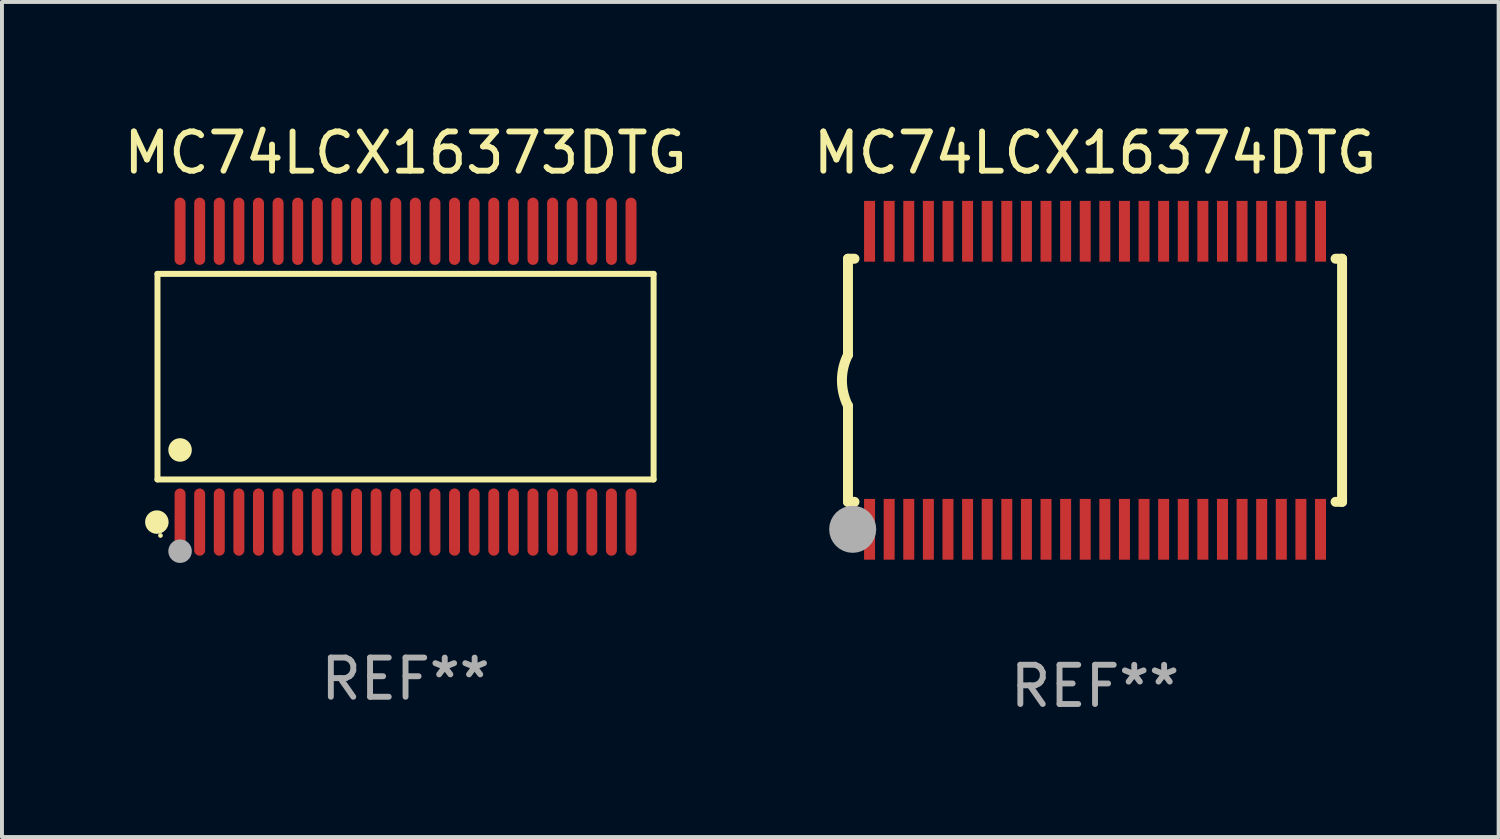
<source format=kicad_pcb>
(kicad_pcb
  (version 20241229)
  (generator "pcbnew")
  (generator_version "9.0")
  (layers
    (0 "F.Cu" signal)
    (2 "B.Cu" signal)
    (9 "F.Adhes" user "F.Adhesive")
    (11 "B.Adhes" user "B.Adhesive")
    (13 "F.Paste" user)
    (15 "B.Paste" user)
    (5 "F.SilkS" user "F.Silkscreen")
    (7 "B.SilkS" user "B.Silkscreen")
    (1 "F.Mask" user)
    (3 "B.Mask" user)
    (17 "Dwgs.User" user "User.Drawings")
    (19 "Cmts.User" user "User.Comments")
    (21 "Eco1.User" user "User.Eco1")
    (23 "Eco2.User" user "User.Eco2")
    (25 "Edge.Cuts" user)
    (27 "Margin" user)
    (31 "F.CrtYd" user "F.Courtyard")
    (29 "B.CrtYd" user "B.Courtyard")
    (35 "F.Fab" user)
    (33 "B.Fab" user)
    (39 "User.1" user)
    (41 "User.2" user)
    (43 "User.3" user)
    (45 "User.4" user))
  (footprint "MC74LCX16373DTG"
    (layer "F.Cu")
    (at 7.292 6.556)
    (property "Reference" "MC74LCX16373DTG" (at 0 -5.708 0) (layer "F.SilkS") (effects (font (size 1 1) (thickness 0.15))))
    (attr through_hole)
    (fp_line (start -6.326 -2.622) (end 6.326 -2.622) (stroke (width 0.152) (type solid)) (layer "F.SilkS"))
    (fp_line (start -6.326 2.621) (end -6.326 -2.622) (stroke (width 0.152) (type solid)) (layer "F.SilkS"))
    (fp_line (start 6.326 -2.622) (end 6.326 2.621) (stroke (width 0.152) (type solid)) (layer "F.SilkS"))
    (fp_line (start 6.326 2.621) (end -6.326 2.621) (stroke (width 0.152) (type solid)) (layer "F.SilkS"))
    (fp_circle (center -6.342 3.708) (end -6.192 3.708) (stroke (width 0.3) (type solid)) (fill no) (layer "F.SilkS"))
    (fp_circle (center -6.25 4.05) (end -6.22 4.05) (stroke (width 0.06) (type solid)) (fill no) (layer "F.SilkS"))
    (fp_circle (center -5.75 1.869) (end -5.6 1.869) (stroke (width 0.3) (type solid)) (fill no) (layer "F.SilkS"))
    (fp_circle (center -5.75 4.45) (end -5.6 4.45) (stroke (width 0.3) (type solid)) (fill no) (layer "F.Fab"))
    (fp_text user "REF**" (at 0 7.708 0) (layer "F.Fab") (effects (font (size 1 1) (thickness 0.15))))
    (pad "1" smd oval (at -5.75 3.708) (size 0.28 1.715) (layers "F.Cu" "F.Mask" "F.Paste"))
    (pad "2" smd oval (at -5.25 3.708) (size 0.28 1.715) (layers "F.Cu" "F.Mask" "F.Paste"))
    (pad "3" smd oval (at -4.75 3.708) (size 0.28 1.715) (layers "F.Cu" "F.Mask" "F.Paste"))
    (pad "4" smd oval (at -4.25 3.708) (size 0.28 1.715) (layers "F.Cu" "F.Mask" "F.Paste"))
    (pad "5" smd oval (at -3.75 3.708) (size 0.28 1.715) (layers "F.Cu" "F.Mask" "F.Paste"))
    (pad "6" smd oval (at -3.25 3.708) (size 0.28 1.715) (layers "F.Cu" "F.Mask" "F.Paste"))
    (pad "7" smd oval (at -2.75 3.708) (size 0.28 1.715) (layers "F.Cu" "F.Mask" "F.Paste"))
    (pad "8" smd oval (at -2.25 3.708) (size 0.28 1.715) (layers "F.Cu" "F.Mask" "F.Paste"))
    (pad "9" smd oval (at -1.75 3.708) (size 0.28 1.715) (layers "F.Cu" "F.Mask" "F.Paste"))
    (pad "10" smd oval (at -1.25 3.708) (size 0.28 1.715) (layers "F.Cu" "F.Mask" "F.Paste"))
    (pad "11" smd oval (at -0.75 3.708) (size 0.28 1.715) (layers "F.Cu" "F.Mask" "F.Paste"))
    (pad "12" smd oval (at -0.25 3.708) (size 0.28 1.715) (layers "F.Cu" "F.Mask" "F.Paste"))
    (pad "13" smd oval (at 0.25 3.708) (size 0.28 1.715) (layers "F.Cu" "F.Mask" "F.Paste"))
    (pad "14" smd oval (at 0.75 3.708) (size 0.28 1.715) (layers "F.Cu" "F.Mask" "F.Paste"))
    (pad "15" smd oval (at 1.25 3.708) (size 0.28 1.715) (layers "F.Cu" "F.Mask" "F.Paste"))
    (pad "16" smd oval (at 1.75 3.708) (size 0.28 1.715) (layers "F.Cu" "F.Mask" "F.Paste"))
    (pad "17" smd oval (at 2.25 3.708) (size 0.28 1.715) (layers "F.Cu" "F.Mask" "F.Paste"))
    (pad "18" smd oval (at 2.75 3.708) (size 0.28 1.715) (layers "F.Cu" "F.Mask" "F.Paste"))
    (pad "19" smd oval (at 3.25 3.708) (size 0.28 1.715) (layers "F.Cu" "F.Mask" "F.Paste"))
    (pad "20" smd oval (at 3.75 3.708) (size 0.28 1.715) (layers "F.Cu" "F.Mask" "F.Paste"))
    (pad "21" smd oval (at 4.25 3.708) (size 0.28 1.715) (layers "F.Cu" "F.Mask" "F.Paste"))
    (pad "22" smd oval (at 4.75 3.708) (size 0.28 1.715) (layers "F.Cu" "F.Mask" "F.Paste"))
    (pad "23" smd oval (at 5.25 3.708) (size 0.28 1.715) (layers "F.Cu" "F.Mask" "F.Paste"))
    (pad "24" smd oval (at 5.75 3.708) (size 0.28 1.715) (layers "F.Cu" "F.Mask" "F.Paste"))
    (pad "25" smd oval (at 5.75 -3.708) (size 0.28 1.715) (layers "F.Cu" "F.Mask" "F.Paste"))
    (pad "26" smd oval (at 5.25 -3.708) (size 0.28 1.715) (layers "F.Cu" "F.Mask" "F.Paste"))
    (pad "27" smd oval (at 4.75 -3.708) (size 0.28 1.715) (layers "F.Cu" "F.Mask" "F.Paste"))
    (pad "28" smd oval (at 4.25 -3.708) (size 0.28 1.715) (layers "F.Cu" "F.Mask" "F.Paste"))
    (pad "29" smd oval (at 3.75 -3.708) (size 0.28 1.715) (layers "F.Cu" "F.Mask" "F.Paste"))
    (pad "30" smd oval (at 3.25 -3.708) (size 0.28 1.715) (layers "F.Cu" "F.Mask" "F.Paste"))
    (pad "31" smd oval (at 2.75 -3.708) (size 0.28 1.715) (layers "F.Cu" "F.Mask" "F.Paste"))
    (pad "32" smd oval (at 2.25 -3.708) (size 0.28 1.715) (layers "F.Cu" "F.Mask" "F.Paste"))
    (pad "33" smd oval (at 1.75 -3.708) (size 0.28 1.715) (layers "F.Cu" "F.Mask" "F.Paste"))
    (pad "34" smd oval (at 1.25 -3.708) (size 0.28 1.715) (layers "F.Cu" "F.Mask" "F.Paste"))
    (pad "35" smd oval (at 0.75 -3.708) (size 0.28 1.715) (layers "F.Cu" "F.Mask" "F.Paste"))
    (pad "36" smd oval (at 0.25 -3.708) (size 0.28 1.715) (layers "F.Cu" "F.Mask" "F.Paste"))
    (pad "37" smd oval (at -0.25 -3.708) (size 0.28 1.715) (layers "F.Cu" "F.Mask" "F.Paste"))
    (pad "38" smd oval (at -0.75 -3.708) (size 0.28 1.715) (layers "F.Cu" "F.Mask" "F.Paste"))
    (pad "39" smd oval (at -1.25 -3.708) (size 0.28 1.715) (layers "F.Cu" "F.Mask" "F.Paste"))
    (pad "40" smd oval (at -1.75 -3.708) (size 0.28 1.715) (layers "F.Cu" "F.Mask" "F.Paste"))
    (pad "41" smd oval (at -2.25 -3.708) (size 0.28 1.715) (layers "F.Cu" "F.Mask" "F.Paste"))
    (pad "42" smd oval (at -2.75 -3.708) (size 0.28 1.715) (layers "F.Cu" "F.Mask" "F.Paste"))
    (pad "43" smd oval (at -3.25 -3.708) (size 0.28 1.715) (layers "F.Cu" "F.Mask" "F.Paste"))
    (pad "44" smd oval (at -3.75 -3.708) (size 0.28 1.715) (layers "F.Cu" "F.Mask" "F.Paste"))
    (pad "45" smd oval (at -4.25 -3.708) (size 0.28 1.715) (layers "F.Cu" "F.Mask" "F.Paste"))
    (pad "46" smd oval (at -4.75 -3.708) (size 0.28 1.715) (layers "F.Cu" "F.Mask" "F.Paste"))
    (pad "47" smd oval (at -5.25 -3.708) (size 0.28 1.715) (layers "F.Cu" "F.Mask" "F.Paste"))
    (pad "48" smd oval (at -5.75 -3.708) (size 0.28 1.715) (layers "F.Cu" "F.Mask" "F.Paste")))
  (footprint "MC74LCX16374DTG"
    (layer "F.Cu")
    (at 24.875 6.648)
    (property "Reference" "MC74LCX16374DTG" (at 0 -5.8 0) (layer "F.SilkS") (effects (font (size 1 1) (thickness 0.15))))
    (attr through_hole)
    (fp_line (start -6.3 -3.1) (end -6.3 -0.65) (stroke (width 0.254) (type solid)) (layer "F.SilkS"))
    (fp_line (start -6.3 -3.1) (end -6.134 -3.1) (stroke (width 0.254) (type solid)) (layer "F.SilkS"))
    (fp_line (start -6.3 3.1) (end -6.3 0.65) (stroke (width 0.254) (type solid)) (layer "F.SilkS"))
    (fp_line (start -6.3 3.1) (end -6.134 3.1) (stroke (width 0.254) (type solid)) (layer "F.SilkS"))
    (fp_line (start 6.134 -3.1) (end 6.3 -3.1) (stroke (width 0.254) (type solid)) (layer "F.SilkS"))
    (fp_line (start 6.134 3.1) (end 6.3 3.1) (stroke (width 0.254) (type solid)) (layer "F.SilkS"))
    (fp_line (start 6.3 -3.1) (end 6.3 3.1) (stroke (width 0.254) (type solid)) (layer "F.SilkS"))
    (fp_arc (start -6.301016 0.650114) (mid -6.45413 -0.000082) (end -6.3 -0.650038) (stroke (width 0.254001) (type solid)) (layer "F.SilkS"))
    (fp_circle (center -6.35 3.81) (end -6.223 3.81) (stroke (width 0.254) (type solid)) (fill no) (layer "F.SilkS"))
    (fp_circle (center -6.25 4.05) (end -6.22 4.05) (stroke (width 0.06) (type solid)) (fill no) (layer "F.SilkS"))
    (fp_circle (center -6.18 3.8) (end -5.88 3.8) (stroke (width 0.6) (type solid)) (fill no) (layer "F.Fab"))
    (fp_text user "REF**" (at 0 7.8 0) (layer "F.Fab") (effects (font (size 1 1) (thickness 0.15))))
    (pad "1" smd rect (at -5.75 3.8) (size 0.28 1.55) (layers "F.Cu" "F.Mask" "F.Paste"))
    (pad "2" smd rect (at -5.25 3.8) (size 0.28 1.55) (layers "F.Cu" "F.Mask" "F.Paste"))
    (pad "3" smd rect (at -4.75 3.8) (size 0.28 1.55) (layers "F.Cu" "F.Mask" "F.Paste"))
    (pad "4" smd rect (at -4.25 3.8) (size 0.28 1.55) (layers "F.Cu" "F.Mask" "F.Paste"))
    (pad "5" smd rect (at -3.75 3.8) (size 0.28 1.55) (layers "F.Cu" "F.Mask" "F.Paste"))
    (pad "6" smd rect (at -3.25 3.8) (size 0.28 1.55) (layers "F.Cu" "F.Mask" "F.Paste"))
    (pad "7" smd rect (at -2.75 3.8) (size 0.28 1.55) (layers "F.Cu" "F.Mask" "F.Paste"))
    (pad "8" smd rect (at -2.25 3.8) (size 0.28 1.55) (layers "F.Cu" "F.Mask" "F.Paste"))
    (pad "9" smd rect (at -1.75 3.8) (size 0.28 1.55) (layers "F.Cu" "F.Mask" "F.Paste"))
    (pad "10" smd rect (at -1.25 3.8) (size 0.28 1.55) (layers "F.Cu" "F.Mask" "F.Paste"))
    (pad "11" smd rect (at -0.75 3.8) (size 0.28 1.55) (layers "F.Cu" "F.Mask" "F.Paste"))
    (pad "12" smd rect (at -0.25 3.8) (size 0.28 1.55) (layers "F.Cu" "F.Mask" "F.Paste"))
    (pad "13" smd rect (at 0.25 3.8) (size 0.28 1.55) (layers "F.Cu" "F.Mask" "F.Paste"))
    (pad "14" smd rect (at 0.75 3.8) (size 0.28 1.55) (layers "F.Cu" "F.Mask" "F.Paste"))
    (pad "15" smd rect (at 1.25 3.8) (size 0.28 1.55) (layers "F.Cu" "F.Mask" "F.Paste"))
    (pad "16" smd rect (at 1.75 3.8) (size 0.28 1.55) (layers "F.Cu" "F.Mask" "F.Paste"))
    (pad "17" smd rect (at 2.25 3.8) (size 0.28 1.55) (layers "F.Cu" "F.Mask" "F.Paste"))
    (pad "18" smd rect (at 2.75 3.8) (size 0.28 1.55) (layers "F.Cu" "F.Mask" "F.Paste"))
    (pad "19" smd rect (at 3.25 3.8) (size 0.28 1.55) (layers "F.Cu" "F.Mask" "F.Paste"))
    (pad "20" smd rect (at 3.75 3.8) (size 0.28 1.55) (layers "F.Cu" "F.Mask" "F.Paste"))
    (pad "21" smd rect (at 4.25 3.8) (size 0.28 1.55) (layers "F.Cu" "F.Mask" "F.Paste"))
    (pad "22" smd rect (at 4.75 3.8) (size 0.28 1.55) (layers "F.Cu" "F.Mask" "F.Paste"))
    (pad "23" smd rect (at 5.25 3.8) (size 0.28 1.55) (layers "F.Cu" "F.Mask" "F.Paste"))
    (pad "24" smd rect (at 5.75 3.8) (size 0.28 1.55) (layers "F.Cu" "F.Mask" "F.Paste"))
    (pad "25" smd rect (at 5.75 -3.8) (size 0.28 1.55) (layers "F.Cu" "F.Mask" "F.Paste"))
    (pad "26" smd rect (at 5.25 -3.8) (size 0.28 1.55) (layers "F.Cu" "F.Mask" "F.Paste"))
    (pad "27" smd rect (at 4.75 -3.8) (size 0.28 1.55) (layers "F.Cu" "F.Mask" "F.Paste"))
    (pad "28" smd rect (at 4.25 -3.8) (size 0.28 1.55) (layers "F.Cu" "F.Mask" "F.Paste"))
    (pad "29" smd rect (at 3.75 -3.8) (size 0.28 1.55) (layers "F.Cu" "F.Mask" "F.Paste"))
    (pad "30" smd rect (at 3.25 -3.8) (size 0.28 1.55) (layers "F.Cu" "F.Mask" "F.Paste"))
    (pad "31" smd rect (at 2.75 -3.8) (size 0.28 1.55) (layers "F.Cu" "F.Mask" "F.Paste"))
    (pad "32" smd rect (at 2.25 -3.8) (size 0.28 1.55) (layers "F.Cu" "F.Mask" "F.Paste"))
    (pad "33" smd rect (at 1.75 -3.8) (size 0.28 1.55) (layers "F.Cu" "F.Mask" "F.Paste"))
    (pad "34" smd rect (at 1.25 -3.8) (size 0.28 1.55) (layers "F.Cu" "F.Mask" "F.Paste"))
    (pad "35" smd rect (at 0.75 -3.8) (size 0.28 1.55) (layers "F.Cu" "F.Mask" "F.Paste"))
    (pad "36" smd rect (at 0.25 -3.8) (size 0.28 1.55) (layers "F.Cu" "F.Mask" "F.Paste"))
    (pad "37" smd rect (at -0.25 -3.8) (size 0.28 1.55) (layers "F.Cu" "F.Mask" "F.Paste"))
    (pad "38" smd rect (at -0.75 -3.8) (size 0.28 1.55) (layers "F.Cu" "F.Mask" "F.Paste"))
    (pad "39" smd rect (at -1.25 -3.8) (size 0.28 1.55) (layers "F.Cu" "F.Mask" "F.Paste"))
    (pad "40" smd rect (at -1.75 -3.8) (size 0.28 1.55) (layers "F.Cu" "F.Mask" "F.Paste"))
    (pad "41" smd rect (at -2.25 -3.8) (size 0.28 1.55) (layers "F.Cu" "F.Mask" "F.Paste"))
    (pad "42" smd rect (at -2.75 -3.8) (size 0.28 1.55) (layers "F.Cu" "F.Mask" "F.Paste"))
    (pad "43" smd rect (at -3.25 -3.8) (size 0.28 1.55) (layers "F.Cu" "F.Mask" "F.Paste"))
    (pad "44" smd rect (at -3.75 -3.8) (size 0.28 1.55) (layers "F.Cu" "F.Mask" "F.Paste"))
    (pad "45" smd rect (at -4.25 -3.8) (size 0.28 1.55) (layers "F.Cu" "F.Mask" "F.Paste"))
    (pad "46" smd rect (at -4.75 -3.8) (size 0.28 1.55) (layers "F.Cu" "F.Mask" "F.Paste"))
    (pad "47" smd rect (at -5.25 -3.8) (size 0.28 1.55) (layers "F.Cu" "F.Mask" "F.Paste"))
    (pad "48" smd rect (at -5.75 -3.8) (size 0.28 1.55) (layers "F.Cu" "F.Mask" "F.Paste")))
  (gr_rect
    (start -3 -3)
    (end 35.167 18.296)
    (stroke (width 0.1) (type default))
    (fill no)
    (layer "Edge.Cuts")))
</source>
